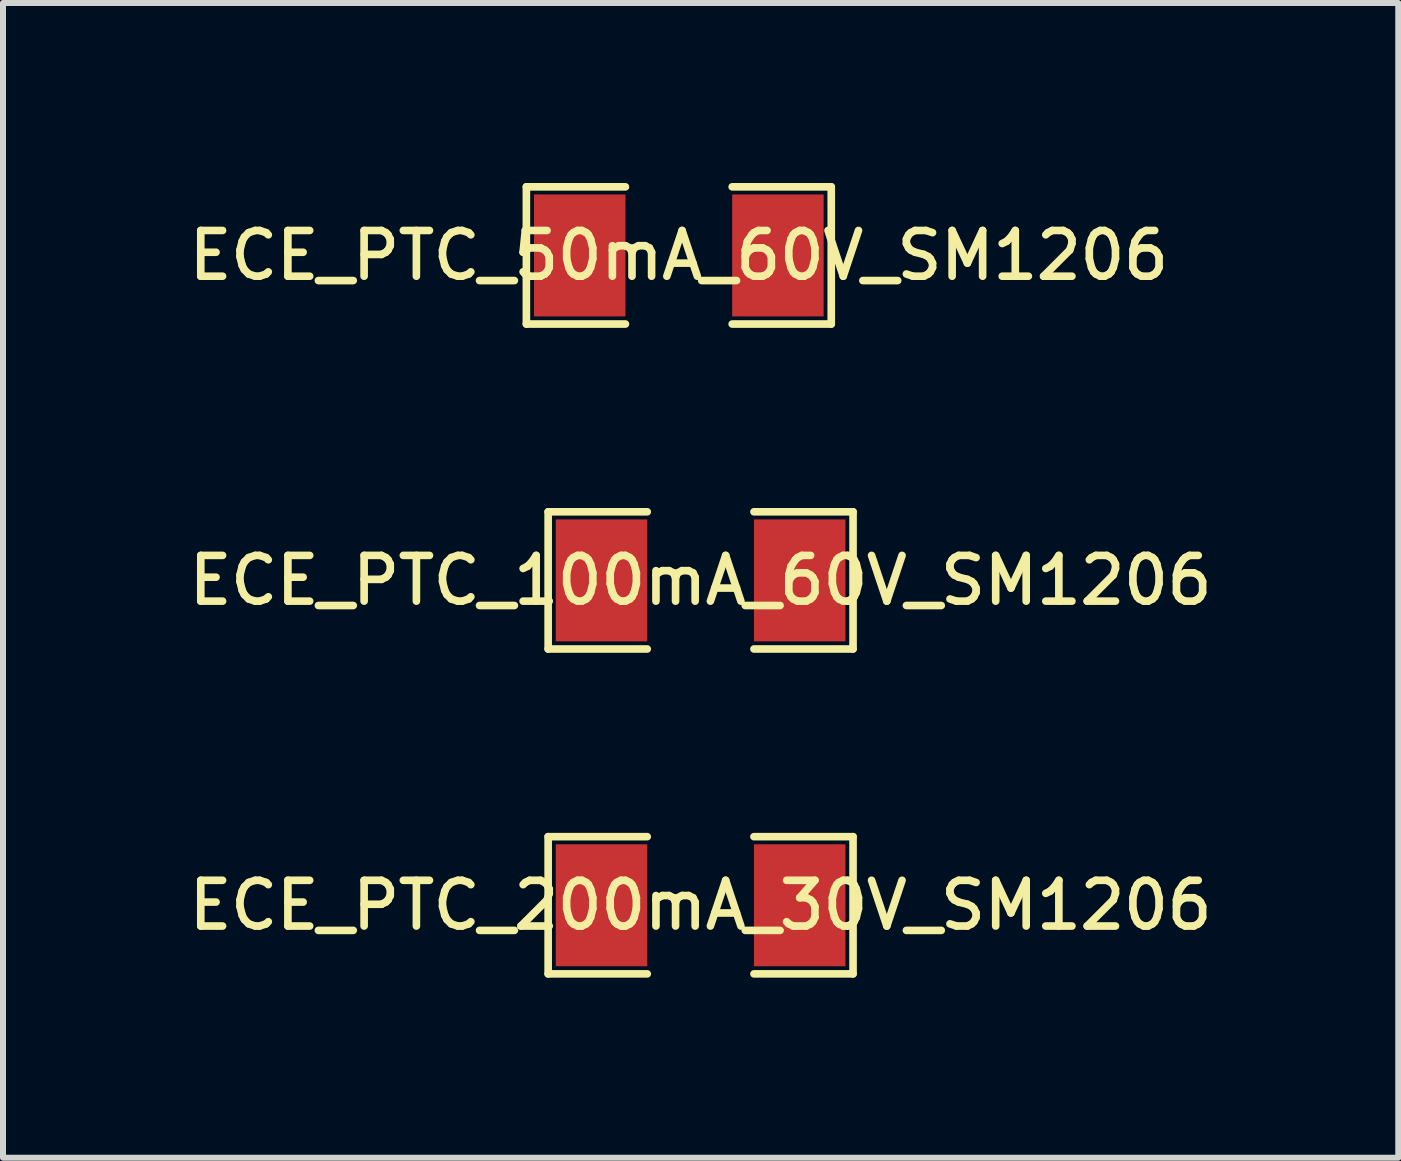
<source format=kicad_pcb>
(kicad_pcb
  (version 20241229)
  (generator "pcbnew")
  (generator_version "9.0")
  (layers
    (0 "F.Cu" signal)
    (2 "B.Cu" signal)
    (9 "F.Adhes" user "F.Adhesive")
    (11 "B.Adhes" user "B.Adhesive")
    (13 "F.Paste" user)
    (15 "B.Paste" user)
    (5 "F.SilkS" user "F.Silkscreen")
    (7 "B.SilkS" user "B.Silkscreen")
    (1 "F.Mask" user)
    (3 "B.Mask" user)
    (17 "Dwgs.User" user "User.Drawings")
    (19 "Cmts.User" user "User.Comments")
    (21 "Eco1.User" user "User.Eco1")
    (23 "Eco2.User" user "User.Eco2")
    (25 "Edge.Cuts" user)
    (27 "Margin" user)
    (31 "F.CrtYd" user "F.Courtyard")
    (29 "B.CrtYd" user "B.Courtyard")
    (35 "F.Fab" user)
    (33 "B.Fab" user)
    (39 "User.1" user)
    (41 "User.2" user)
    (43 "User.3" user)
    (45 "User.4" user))
  (footprint "ECE_PTC_200mA_30V_SM1206"
    (layer "F.Cu")
    (at 8.623 12.033)
    (property "Reference" "ECE_PTC_200mA_30V_SM1206" (at 0 0 0) (layer "F.SilkS") (effects (font (size 0.762 0.762) (thickness 0.127))))
    (attr smd)
    (fp_line (start -2.54 -1.143) (end -2.54 1.143) (stroke (width 0.127) (type solid)) (layer "F.SilkS"))
    (fp_line (start -2.54 1.143) (end -0.889 1.143) (stroke (width 0.127) (type solid)) (layer "F.SilkS"))
    (fp_line (start -0.889 -1.143) (end -2.54 -1.143) (stroke (width 0.127) (type solid)) (layer "F.SilkS"))
    (fp_line (start 0.889 -1.143) (end 2.54 -1.143) (stroke (width 0.127) (type solid)) (layer "F.SilkS"))
    (fp_line (start 2.54 -1.143) (end 2.54 1.143) (stroke (width 0.127) (type solid)) (layer "F.SilkS"))
    (fp_line (start 2.54 1.143) (end 0.889 1.143) (stroke (width 0.127) (type solid)) (layer "F.SilkS"))
    (pad "1" smd rect (at -1.651 0) (size 1.524 2.032) (layers "F.Cu" "F.Mask" "F.Paste"))
    (pad "2" smd rect (at 1.651 0) (size 1.524 2.032) (layers "F.Cu" "F.Mask" "F.Paste")))
  (footprint "ECE_PTC_50mA_60V_SM1206"
    (layer "F.Cu")
    (at 8.26 1.206)
    (property "Reference" "ECE_PTC_50mA_60V_SM1206" (at 0 0 0) (layer "F.SilkS") (effects (font (size 0.762 0.762) (thickness 0.127))))
    (attr smd)
    (fp_line (start -2.54 -1.143) (end -2.54 1.143) (stroke (width 0.127) (type solid)) (layer "F.SilkS"))
    (fp_line (start -2.54 1.143) (end -0.889 1.143) (stroke (width 0.127) (type solid)) (layer "F.SilkS"))
    (fp_line (start -0.889 -1.143) (end -2.54 -1.143) (stroke (width 0.127) (type solid)) (layer "F.SilkS"))
    (fp_line (start 0.889 -1.143) (end 2.54 -1.143) (stroke (width 0.127) (type solid)) (layer "F.SilkS"))
    (fp_line (start 2.54 -1.143) (end 2.54 1.143) (stroke (width 0.127) (type solid)) (layer "F.SilkS"))
    (fp_line (start 2.54 1.143) (end 0.889 1.143) (stroke (width 0.127) (type solid)) (layer "F.SilkS"))
    (pad "1" smd rect (at -1.651 0) (size 1.524 2.032) (layers "F.Cu" "F.Mask" "F.Paste"))
    (pad "2" smd rect (at 1.651 0) (size 1.524 2.032) (layers "F.Cu" "F.Mask" "F.Paste")))
  (footprint "ECE_PTC_100mA_60V_SM1206"
    (layer "F.Cu")
    (at 8.623 6.62)
    (property "Reference" "ECE_PTC_100mA_60V_SM1206" (at 0 0 0) (layer "F.SilkS") (effects (font (size 0.762 0.762) (thickness 0.127))))
    (attr smd)
    (fp_line (start -2.54 -1.143) (end -2.54 1.143) (stroke (width 0.127) (type solid)) (layer "F.SilkS"))
    (fp_line (start -2.54 1.143) (end -0.889 1.143) (stroke (width 0.127) (type solid)) (layer "F.SilkS"))
    (fp_line (start -0.889 -1.143) (end -2.54 -1.143) (stroke (width 0.127) (type solid)) (layer "F.SilkS"))
    (fp_line (start 0.889 -1.143) (end 2.54 -1.143) (stroke (width 0.127) (type solid)) (layer "F.SilkS"))
    (fp_line (start 2.54 -1.143) (end 2.54 1.143) (stroke (width 0.127) (type solid)) (layer "F.SilkS"))
    (fp_line (start 2.54 1.143) (end 0.889 1.143) (stroke (width 0.127) (type solid)) (layer "F.SilkS"))
    (pad "1" smd rect (at -1.651 0) (size 1.524 2.032) (layers "F.Cu" "F.Mask" "F.Paste"))
    (pad "2" smd rect (at 1.651 0) (size 1.524 2.032) (layers "F.Cu" "F.Mask" "F.Paste")))
  (gr_rect
    (start -3 -3)
    (end 20.247 16.239)
    (stroke (width 0.1) (type default))
    (fill no)
    (layer "Edge.Cuts")))
</source>
